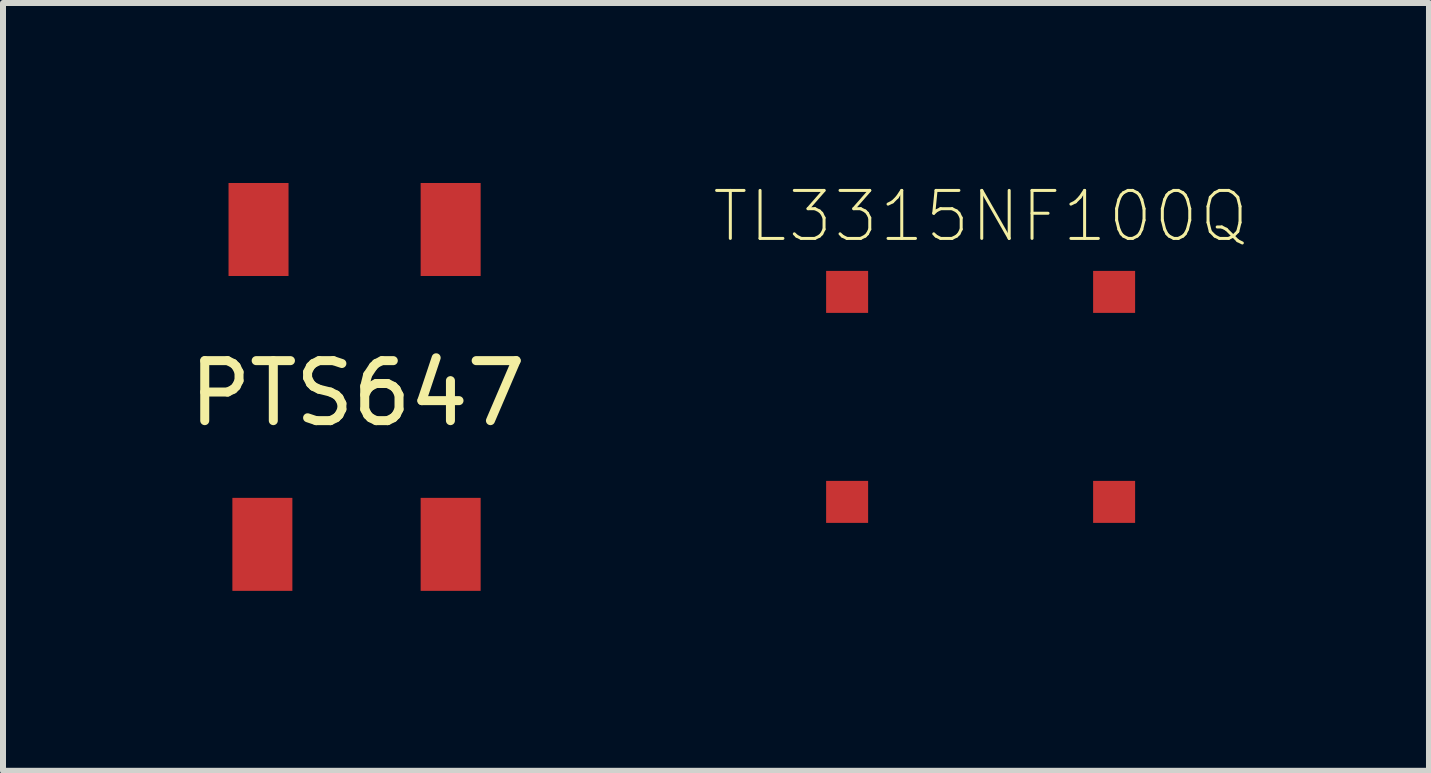
<source format=kicad_pcb>
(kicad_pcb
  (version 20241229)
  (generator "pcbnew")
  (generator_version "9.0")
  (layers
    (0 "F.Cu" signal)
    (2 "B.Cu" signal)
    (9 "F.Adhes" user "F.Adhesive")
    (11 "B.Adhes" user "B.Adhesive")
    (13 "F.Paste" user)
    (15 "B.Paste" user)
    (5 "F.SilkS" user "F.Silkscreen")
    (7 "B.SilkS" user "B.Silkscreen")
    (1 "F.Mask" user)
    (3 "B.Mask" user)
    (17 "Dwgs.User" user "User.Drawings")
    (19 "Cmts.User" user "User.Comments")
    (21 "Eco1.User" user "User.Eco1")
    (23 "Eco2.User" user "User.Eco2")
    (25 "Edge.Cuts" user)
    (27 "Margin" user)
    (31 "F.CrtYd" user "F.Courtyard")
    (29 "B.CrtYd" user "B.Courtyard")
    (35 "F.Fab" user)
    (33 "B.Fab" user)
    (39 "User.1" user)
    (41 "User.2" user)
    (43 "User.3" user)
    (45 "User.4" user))
  (footprint "PTS647"
    (layer "F.Cu")
    (at 2.885 3.277)
    (property "Reference" "PTS647" (at 0.025 0.229 0) (layer "F.SilkS") (effects (font (size 1 1) (thickness 0.15))))
    (attr smd)
    (pad "1" smd rect (at -1.626 -2.502) (size 1 1.55) (layers "F.Cu" "F.Mask" "F.Paste"))
    (pad "2" smd rect (at 1.576 -2.502) (size 1 1.55) (layers "F.Cu" "F.Mask" "F.Paste"))
    (pad "3" smd rect (at -1.562 2.746) (size 1 1.55) (layers "F.Cu" "F.Mask" "F.Paste"))
    (pad "4" smd rect (at 1.576 2.746) (size 1 1.55) (layers "F.Cu" "F.Mask" "F.Paste")))
  (footprint "TL3315NF100Q"
    (layer "F.Cu")
    (at 13.294 3.565)
    (property "Reference" "TL3315NF100Q" (at 0 -3.009 0) (layer "F.SilkS") (effects (font (size 0.8 0.8) (thickness 0.05))))
    (attr smd)
    (pad "1" smd rect (at -2.225 -1.75) (size 0.7 0.7) (layers "F.Cu" "F.Mask" "F.Paste"))
    (pad "2" smd rect (at 2.225 -1.75) (size 0.7 0.7) (layers "F.Cu" "F.Mask" "F.Paste"))
    (pad "3" smd rect (at -2.225 1.75) (size 0.7 0.7) (layers "F.Cu" "F.Mask" "F.Paste"))
    (pad "4" smd rect (at 2.225 1.75) (size 0.7 0.7) (layers "F.Cu" "F.Mask" "F.Paste")))
  (gr_rect
    (start -3 -3)
    (end 20.767 9.797)
    (stroke (width 0.1) (type default))
    (fill no)
    (layer "Edge.Cuts")))
</source>
